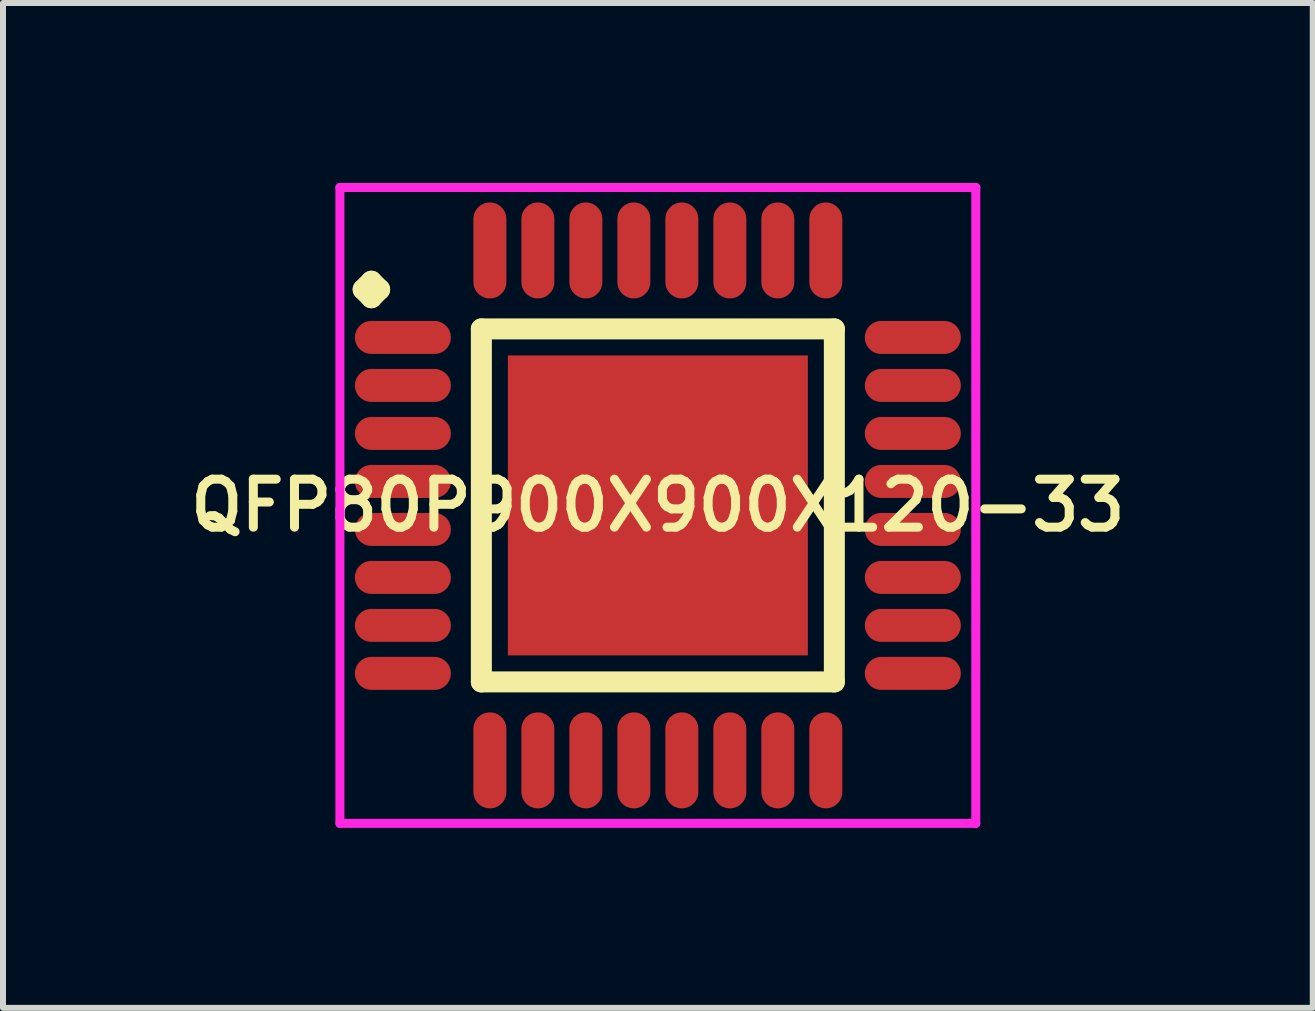
<source format=kicad_pcb>
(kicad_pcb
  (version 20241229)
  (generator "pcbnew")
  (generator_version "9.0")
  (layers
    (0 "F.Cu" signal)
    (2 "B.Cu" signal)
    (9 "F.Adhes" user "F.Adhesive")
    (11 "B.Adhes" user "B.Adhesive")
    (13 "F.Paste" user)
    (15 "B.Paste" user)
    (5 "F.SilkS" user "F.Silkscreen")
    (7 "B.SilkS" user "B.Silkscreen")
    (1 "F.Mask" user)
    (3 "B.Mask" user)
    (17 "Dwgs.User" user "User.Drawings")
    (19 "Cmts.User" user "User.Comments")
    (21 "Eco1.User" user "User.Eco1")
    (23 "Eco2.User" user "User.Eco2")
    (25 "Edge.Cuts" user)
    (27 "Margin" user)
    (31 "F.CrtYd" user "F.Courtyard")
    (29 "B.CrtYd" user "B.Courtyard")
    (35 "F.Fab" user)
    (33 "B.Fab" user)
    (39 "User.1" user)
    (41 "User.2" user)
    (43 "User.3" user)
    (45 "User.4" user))
  (footprint "QFP80P900X900X120-33"
    (layer "F.Cu")
    (at 7.916 5.375)
    (property "Reference" "QFP80P900X900X120-33" (at 0 0 0) (layer "F.SilkS") (effects (font (size 0.8 0.8) (thickness 0.15))))
    (attr smd)
    (fp_line (start -4.912 -3.6) (end -4.775 -3.737) (stroke (width 0.35) (type solid)) (layer "F.SilkS"))
    (fp_line (start -4.775 -3.737) (end -4.638 -3.6) (stroke (width 0.35) (type solid)) (layer "F.SilkS"))
    (fp_line (start -4.775 -3.462) (end -4.912 -3.6) (stroke (width 0.35) (type solid)) (layer "F.SilkS"))
    (fp_line (start -4.638 -3.6) (end -4.775 -3.462) (stroke (width 0.35) (type solid)) (layer "F.SilkS"))
    (fp_line (start -2.942 -2.942) (end -2.942 2.942) (stroke (width 0.35) (type solid)) (layer "F.SilkS"))
    (fp_line (start -2.942 2.942) (end 2.942 2.942) (stroke (width 0.35) (type solid)) (layer "F.SilkS"))
    (fp_line (start 2.942 -2.942) (end -2.942 -2.942) (stroke (width 0.35) (type solid)) (layer "F.SilkS"))
    (fp_line (start 2.942 2.942) (end 2.942 -2.942) (stroke (width 0.35) (type solid)) (layer "F.SilkS"))
    (fp_line (start -5.3 -5.3) (end 5.3 -5.3) (stroke (width 0.15) (type solid)) (layer "F.CrtYd"))
    (fp_line (start -5.3 5.3) (end -5.3 -5.3) (stroke (width 0.15) (type solid)) (layer "F.CrtYd"))
    (fp_line (start 5.3 -5.3) (end 5.3 5.3) (stroke (width 0.15) (type solid)) (layer "F.CrtYd"))
    (fp_line (start 5.3 5.3) (end -5.3 5.3) (stroke (width 0.15) (type solid)) (layer "F.CrtYd"))
    (pad "1" smd oval (at -4.25 -2.8) (size 1.6 0.55) (layers "F.Cu" "F.Mask" "F.Paste"))
    (pad "2" smd oval (at -4.25 -2) (size 1.6 0.55) (layers "F.Cu" "F.Mask" "F.Paste"))
    (pad "3" smd oval (at -4.25 -1.2) (size 1.6 0.55) (layers "F.Cu" "F.Mask" "F.Paste"))
    (pad "4" smd oval (at -4.25 -0.4) (size 1.6 0.55) (layers "F.Cu" "F.Mask" "F.Paste"))
    (pad "5" smd oval (at -4.25 0.4) (size 1.6 0.55) (layers "F.Cu" "F.Mask" "F.Paste"))
    (pad "6" smd oval (at -4.25 1.2) (size 1.6 0.55) (layers "F.Cu" "F.Mask" "F.Paste"))
    (pad "7" smd oval (at -4.25 2) (size 1.6 0.55) (layers "F.Cu" "F.Mask" "F.Paste"))
    (pad "8" smd oval (at -4.25 2.8) (size 1.6 0.55) (layers "F.Cu" "F.Mask" "F.Paste"))
    (pad "9" smd oval (at -2.8 4.25) (size 0.55 1.6) (layers "F.Cu" "F.Mask" "F.Paste"))
    (pad "10" smd oval (at -2 4.25) (size 0.55 1.6) (layers "F.Cu" "F.Mask" "F.Paste"))
    (pad "11" smd oval (at -1.2 4.25) (size 0.55 1.6) (layers "F.Cu" "F.Mask" "F.Paste"))
    (pad "12" smd oval (at -0.4 4.25) (size 0.55 1.6) (layers "F.Cu" "F.Mask" "F.Paste"))
    (pad "13" smd oval (at 0.4 4.25) (size 0.55 1.6) (layers "F.Cu" "F.Mask" "F.Paste"))
    (pad "14" smd oval (at 1.2 4.25) (size 0.55 1.6) (layers "F.Cu" "F.Mask" "F.Paste"))
    (pad "15" smd oval (at 2 4.25) (size 0.55 1.6) (layers "F.Cu" "F.Mask" "F.Paste"))
    (pad "16" smd oval (at 2.8 4.25) (size 0.55 1.6) (layers "F.Cu" "F.Mask" "F.Paste"))
    (pad "17" smd oval (at 4.25 2.8) (size 1.6 0.55) (layers "F.Cu" "F.Mask" "F.Paste"))
    (pad "18" smd oval (at 4.25 2) (size 1.6 0.55) (layers "F.Cu" "F.Mask" "F.Paste"))
    (pad "19" smd oval (at 4.25 1.2) (size 1.6 0.55) (layers "F.Cu" "F.Mask" "F.Paste"))
    (pad "20" smd oval (at 4.25 0.4) (size 1.6 0.55) (layers "F.Cu" "F.Mask" "F.Paste"))
    (pad "21" smd oval (at 4.25 -0.4) (size 1.6 0.55) (layers "F.Cu" "F.Mask" "F.Paste"))
    (pad "22" smd oval (at 4.25 -1.2) (size 1.6 0.55) (layers "F.Cu" "F.Mask" "F.Paste"))
    (pad "23" smd oval (at 4.25 -2) (size 1.6 0.55) (layers "F.Cu" "F.Mask" "F.Paste"))
    (pad "24" smd oval (at 4.25 -2.8) (size 1.6 0.55) (layers "F.Cu" "F.Mask" "F.Paste"))
    (pad "25" smd oval (at 2.8 -4.25) (size 0.55 1.6) (layers "F.Cu" "F.Mask" "F.Paste"))
    (pad "26" smd oval (at 2 -4.25) (size 0.55 1.6) (layers "F.Cu" "F.Mask" "F.Paste"))
    (pad "27" smd oval (at 1.2 -4.25) (size 0.55 1.6) (layers "F.Cu" "F.Mask" "F.Paste"))
    (pad "28" smd oval (at 0.4 -4.25) (size 0.55 1.6) (layers "F.Cu" "F.Mask" "F.Paste"))
    (pad "29" smd oval (at -0.4 -4.25) (size 0.55 1.6) (layers "F.Cu" "F.Mask" "F.Paste"))
    (pad "30" smd oval (at -1.2 -4.25) (size 0.55 1.6) (layers "F.Cu" "F.Mask" "F.Paste"))
    (pad "31" smd oval (at -2 -4.25) (size 0.55 1.6) (layers "F.Cu" "F.Mask" "F.Paste"))
    (pad "32" smd oval (at -2.8 -4.25) (size 0.55 1.6) (layers "F.Cu" "F.Mask" "F.Paste"))
    (pad "33" smd rect (at 0 0) (size 5 5) (layers "F.Cu" "F.Mask" "F.Paste")))
  (gr_rect
    (start -3 -3)
    (end 18.833 13.75)
    (stroke (width 0.1) (type default))
    (fill no)
    (layer "Edge.Cuts")))
</source>
